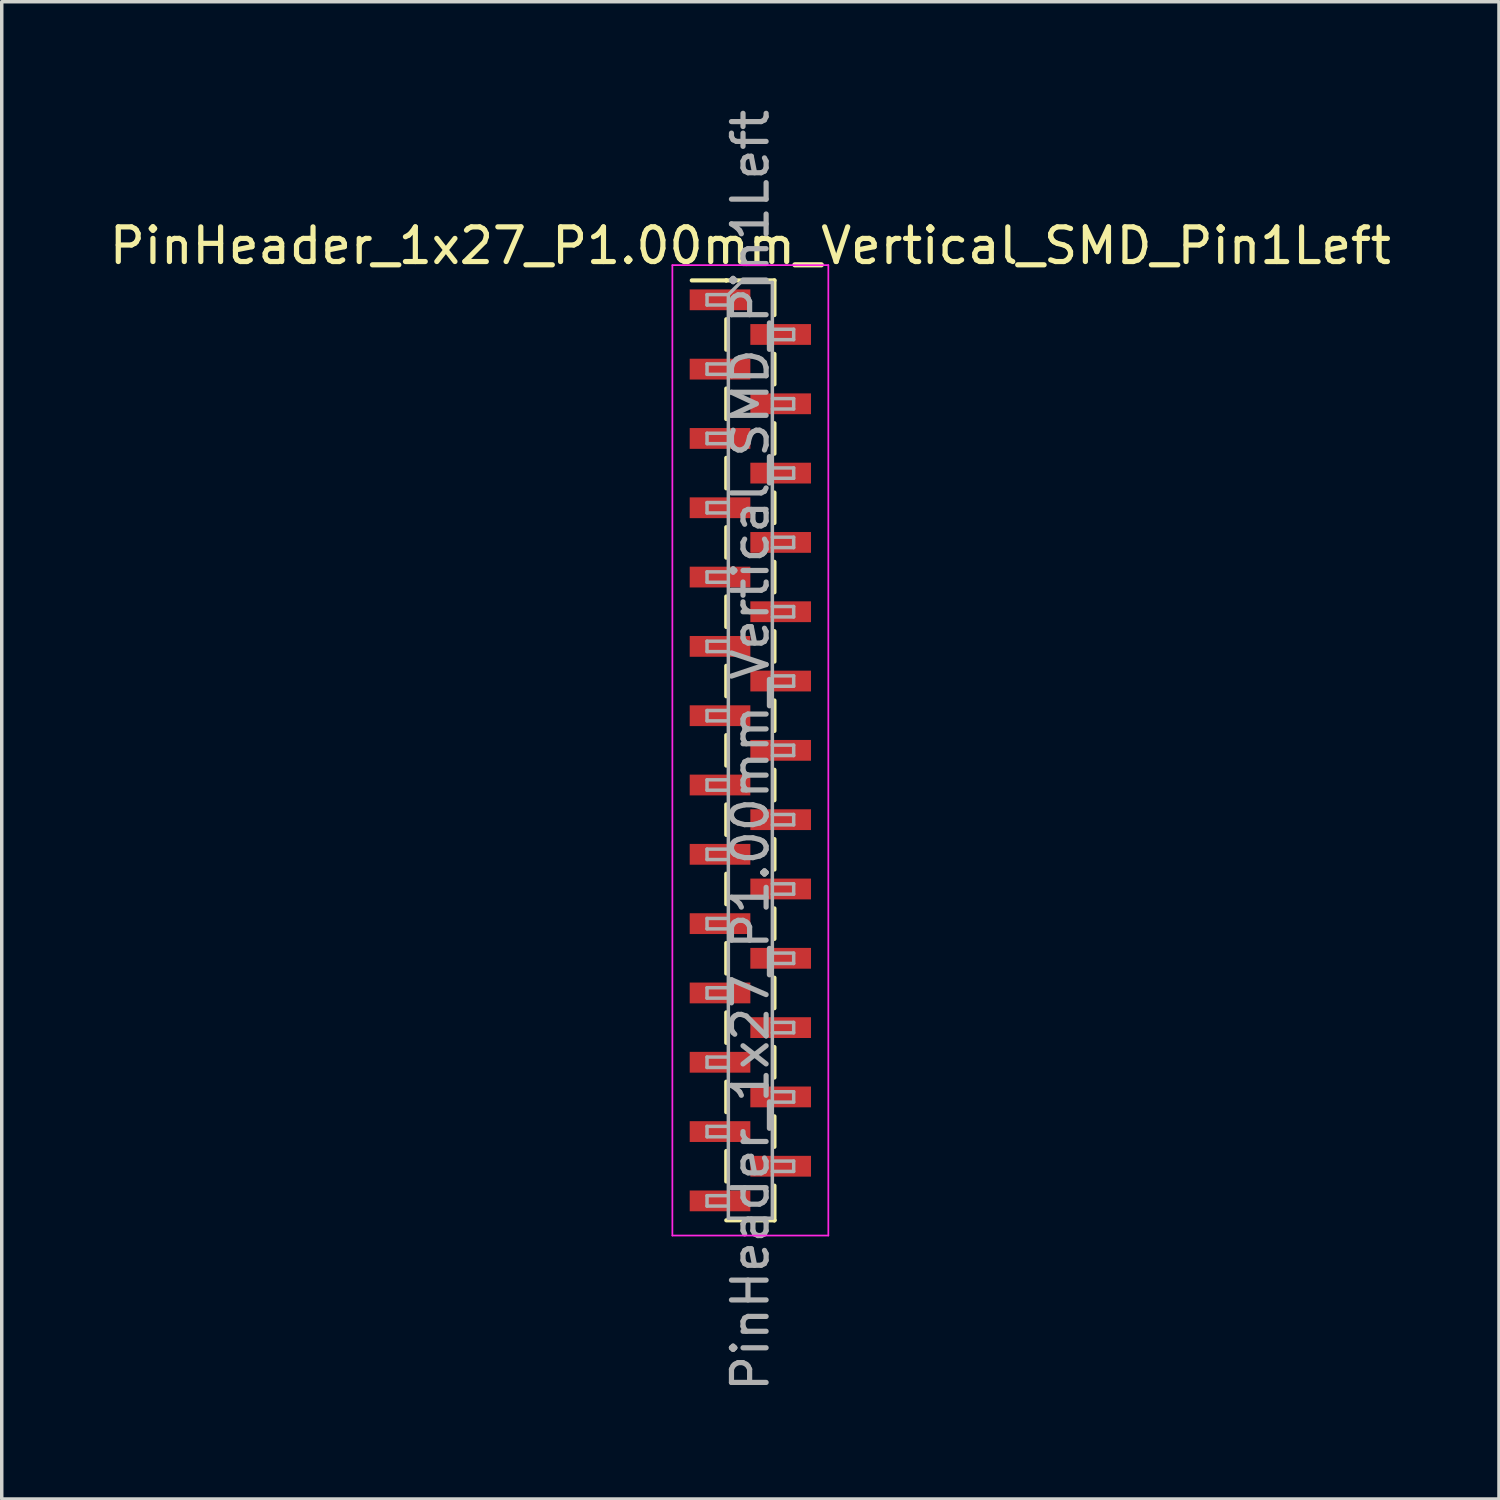
<source format=kicad_pcb>
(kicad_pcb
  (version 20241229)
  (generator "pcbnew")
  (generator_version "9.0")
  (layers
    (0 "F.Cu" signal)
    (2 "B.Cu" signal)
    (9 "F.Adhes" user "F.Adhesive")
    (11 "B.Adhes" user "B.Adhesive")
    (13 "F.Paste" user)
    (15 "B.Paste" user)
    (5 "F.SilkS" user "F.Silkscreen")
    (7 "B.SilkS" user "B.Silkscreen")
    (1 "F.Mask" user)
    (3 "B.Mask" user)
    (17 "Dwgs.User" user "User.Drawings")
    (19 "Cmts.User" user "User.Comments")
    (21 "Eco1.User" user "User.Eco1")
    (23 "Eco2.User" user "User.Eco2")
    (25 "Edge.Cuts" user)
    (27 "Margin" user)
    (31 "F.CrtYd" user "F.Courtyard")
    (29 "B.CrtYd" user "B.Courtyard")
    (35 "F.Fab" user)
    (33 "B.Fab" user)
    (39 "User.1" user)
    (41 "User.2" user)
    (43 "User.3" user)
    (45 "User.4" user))
  (footprint "PinHeader_1x27_P1.00mm_Vertical_SMD_Pin1Left"
    (layer "F.Cu")
    (at 18.601 18.601)
    (property "Reference" "PinHeader_1x27_P1.00mm_Vertical_SMD_Pin1Left" (at 0 -14.56 0) (layer "F.SilkS") (effects (font (size 1 1) (thickness 0.15))))
    (attr smd)
    (fp_line (start -0.695 -13.56) (end -1.69 -13.56) (stroke (width 0.12) (type solid)) (layer "F.SilkS"))
    (fp_line (start -0.695 -13.56) (end -0.695 -13.56) (stroke (width 0.12) (type solid)) (layer "F.SilkS"))
    (fp_line (start -0.695 -13.56) (end 0.695 -13.56) (stroke (width 0.12) (type solid)) (layer "F.SilkS"))
    (fp_line (start -0.695 -12.44) (end -0.695 -11.56) (stroke (width 0.12) (type solid)) (layer "F.SilkS"))
    (fp_line (start -0.695 -10.44) (end -0.695 -9.56) (stroke (width 0.12) (type solid)) (layer "F.SilkS"))
    (fp_line (start -0.695 -8.44) (end -0.695 -7.56) (stroke (width 0.12) (type solid)) (layer "F.SilkS"))
    (fp_line (start -0.695 -6.44) (end -0.695 -5.56) (stroke (width 0.12) (type solid)) (layer "F.SilkS"))
    (fp_line (start -0.695 -4.44) (end -0.695 -3.56) (stroke (width 0.12) (type solid)) (layer "F.SilkS"))
    (fp_line (start -0.695 -2.44) (end -0.695 -1.56) (stroke (width 0.12) (type solid)) (layer "F.SilkS"))
    (fp_line (start -0.695 -0.44) (end -0.695 0.44) (stroke (width 0.12) (type solid)) (layer "F.SilkS"))
    (fp_line (start -0.695 1.56) (end -0.695 2.44) (stroke (width 0.12) (type solid)) (layer "F.SilkS"))
    (fp_line (start -0.695 3.56) (end -0.695 4.44) (stroke (width 0.12) (type solid)) (layer "F.SilkS"))
    (fp_line (start -0.695 5.56) (end -0.695 6.44) (stroke (width 0.12) (type solid)) (layer "F.SilkS"))
    (fp_line (start -0.695 7.56) (end -0.695 8.44) (stroke (width 0.12) (type solid)) (layer "F.SilkS"))
    (fp_line (start -0.695 9.56) (end -0.695 10.44) (stroke (width 0.12) (type solid)) (layer "F.SilkS"))
    (fp_line (start -0.695 11.56) (end -0.695 12.44) (stroke (width 0.12) (type solid)) (layer "F.SilkS"))
    (fp_line (start -0.695 13.56) (end 0.695 13.56) (stroke (width 0.12) (type solid)) (layer "F.SilkS"))
    (fp_line (start 0.695 -13.56) (end 0.695 -12.56) (stroke (width 0.12) (type solid)) (layer "F.SilkS"))
    (fp_line (start 0.695 -11.44) (end 0.695 -10.56) (stroke (width 0.12) (type solid)) (layer "F.SilkS"))
    (fp_line (start 0.695 -9.44) (end 0.695 -8.56) (stroke (width 0.12) (type solid)) (layer "F.SilkS"))
    (fp_line (start 0.695 -7.44) (end 0.695 -6.56) (stroke (width 0.12) (type solid)) (layer "F.SilkS"))
    (fp_line (start 0.695 -5.44) (end 0.695 -4.56) (stroke (width 0.12) (type solid)) (layer "F.SilkS"))
    (fp_line (start 0.695 -3.44) (end 0.695 -2.56) (stroke (width 0.12) (type solid)) (layer "F.SilkS"))
    (fp_line (start 0.695 -1.44) (end 0.695 -0.56) (stroke (width 0.12) (type solid)) (layer "F.SilkS"))
    (fp_line (start 0.695 0.56) (end 0.695 1.44) (stroke (width 0.12) (type solid)) (layer "F.SilkS"))
    (fp_line (start 0.695 2.56) (end 0.695 3.44) (stroke (width 0.12) (type solid)) (layer "F.SilkS"))
    (fp_line (start 0.695 4.56) (end 0.695 5.44) (stroke (width 0.12) (type solid)) (layer "F.SilkS"))
    (fp_line (start 0.695 6.56) (end 0.695 7.44) (stroke (width 0.12) (type solid)) (layer "F.SilkS"))
    (fp_line (start 0.695 8.56) (end 0.695 9.44) (stroke (width 0.12) (type solid)) (layer "F.SilkS"))
    (fp_line (start 0.695 10.56) (end 0.695 11.44) (stroke (width 0.12) (type solid)) (layer "F.SilkS"))
    (fp_line (start 0.695 12.56) (end 0.695 13.56) (stroke (width 0.12) (type solid)) (layer "F.SilkS"))
    (fp_line (start 0.695 13.56) (end 0.695 13.56) (stroke (width 0.12) (type solid)) (layer "F.SilkS"))
    (fp_line (start -2.25 -14) (end -2.25 14) (stroke (width 0.05) (type solid)) (layer "F.CrtYd"))
    (fp_line (start -2.25 14) (end 2.25 14) (stroke (width 0.05) (type solid)) (layer "F.CrtYd"))
    (fp_line (start 2.25 -14) (end -2.25 -14) (stroke (width 0.05) (type solid)) (layer "F.CrtYd"))
    (fp_line (start 2.25 14) (end 2.25 -14) (stroke (width 0.05) (type solid)) (layer "F.CrtYd"))
    (fp_line (start -1.25 -13.15) (end -1.25 -12.85) (stroke (width 0.1) (type solid)) (layer "F.Fab"))
    (fp_line (start -1.25 -12.85) (end -0.635 -12.85) (stroke (width 0.1) (type solid)) (layer "F.Fab"))
    (fp_line (start -1.25 -11.15) (end -1.25 -10.85) (stroke (width 0.1) (type solid)) (layer "F.Fab"))
    (fp_line (start -1.25 -10.85) (end -0.635 -10.85) (stroke (width 0.1) (type solid)) (layer "F.Fab"))
    (fp_line (start -1.25 -9.15) (end -1.25 -8.85) (stroke (width 0.1) (type solid)) (layer "F.Fab"))
    (fp_line (start -1.25 -8.85) (end -0.635 -8.85) (stroke (width 0.1) (type solid)) (layer "F.Fab"))
    (fp_line (start -1.25 -7.15) (end -1.25 -6.85) (stroke (width 0.1) (type solid)) (layer "F.Fab"))
    (fp_line (start -1.25 -6.85) (end -0.635 -6.85) (stroke (width 0.1) (type solid)) (layer "F.Fab"))
    (fp_line (start -1.25 -5.15) (end -1.25 -4.85) (stroke (width 0.1) (type solid)) (layer "F.Fab"))
    (fp_line (start -1.25 -4.85) (end -0.635 -4.85) (stroke (width 0.1) (type solid)) (layer "F.Fab"))
    (fp_line (start -1.25 -3.15) (end -1.25 -2.85) (stroke (width 0.1) (type solid)) (layer "F.Fab"))
    (fp_line (start -1.25 -2.85) (end -0.635 -2.85) (stroke (width 0.1) (type solid)) (layer "F.Fab"))
    (fp_line (start -1.25 -1.15) (end -1.25 -0.85) (stroke (width 0.1) (type solid)) (layer "F.Fab"))
    (fp_line (start -1.25 -0.85) (end -0.635 -0.85) (stroke (width 0.1) (type solid)) (layer "F.Fab"))
    (fp_line (start -1.25 0.85) (end -1.25 1.15) (stroke (width 0.1) (type solid)) (layer "F.Fab"))
    (fp_line (start -1.25 1.15) (end -0.635 1.15) (stroke (width 0.1) (type solid)) (layer "F.Fab"))
    (fp_line (start -1.25 2.85) (end -1.25 3.15) (stroke (width 0.1) (type solid)) (layer "F.Fab"))
    (fp_line (start -1.25 3.15) (end -0.635 3.15) (stroke (width 0.1) (type solid)) (layer "F.Fab"))
    (fp_line (start -1.25 4.85) (end -1.25 5.15) (stroke (width 0.1) (type solid)) (layer "F.Fab"))
    (fp_line (start -1.25 5.15) (end -0.635 5.15) (stroke (width 0.1) (type solid)) (layer "F.Fab"))
    (fp_line (start -1.25 6.85) (end -1.25 7.15) (stroke (width 0.1) (type solid)) (layer "F.Fab"))
    (fp_line (start -1.25 7.15) (end -0.635 7.15) (stroke (width 0.1) (type solid)) (layer "F.Fab"))
    (fp_line (start -1.25 8.85) (end -1.25 9.15) (stroke (width 0.1) (type solid)) (layer "F.Fab"))
    (fp_line (start -1.25 9.15) (end -0.635 9.15) (stroke (width 0.1) (type solid)) (layer "F.Fab"))
    (fp_line (start -1.25 10.85) (end -1.25 11.15) (stroke (width 0.1) (type solid)) (layer "F.Fab"))
    (fp_line (start -1.25 11.15) (end -0.635 11.15) (stroke (width 0.1) (type solid)) (layer "F.Fab"))
    (fp_line (start -1.25 12.85) (end -1.25 13.15) (stroke (width 0.1) (type solid)) (layer "F.Fab"))
    (fp_line (start -1.25 13.15) (end -0.635 13.15) (stroke (width 0.1) (type solid)) (layer "F.Fab"))
    (fp_line (start -0.635 -13.15) (end -1.25 -13.15) (stroke (width 0.1) (type solid)) (layer "F.Fab"))
    (fp_line (start -0.635 -13.15) (end -0.285 -13.5) (stroke (width 0.1) (type solid)) (layer "F.Fab"))
    (fp_line (start -0.635 -11.15) (end -1.25 -11.15) (stroke (width 0.1) (type solid)) (layer "F.Fab"))
    (fp_line (start -0.635 -9.15) (end -1.25 -9.15) (stroke (width 0.1) (type solid)) (layer "F.Fab"))
    (fp_line (start -0.635 -7.15) (end -1.25 -7.15) (stroke (width 0.1) (type solid)) (layer "F.Fab"))
    (fp_line (start -0.635 -5.15) (end -1.25 -5.15) (stroke (width 0.1) (type solid)) (layer "F.Fab"))
    (fp_line (start -0.635 -3.15) (end -1.25 -3.15) (stroke (width 0.1) (type solid)) (layer "F.Fab"))
    (fp_line (start -0.635 -1.15) (end -1.25 -1.15) (stroke (width 0.1) (type solid)) (layer "F.Fab"))
    (fp_line (start -0.635 0.85) (end -1.25 0.85) (stroke (width 0.1) (type solid)) (layer "F.Fab"))
    (fp_line (start -0.635 2.85) (end -1.25 2.85) (stroke (width 0.1) (type solid)) (layer "F.Fab"))
    (fp_line (start -0.635 4.85) (end -1.25 4.85) (stroke (width 0.1) (type solid)) (layer "F.Fab"))
    (fp_line (start -0.635 6.85) (end -1.25 6.85) (stroke (width 0.1) (type solid)) (layer "F.Fab"))
    (fp_line (start -0.635 8.85) (end -1.25 8.85) (stroke (width 0.1) (type solid)) (layer "F.Fab"))
    (fp_line (start -0.635 10.85) (end -1.25 10.85) (stroke (width 0.1) (type solid)) (layer "F.Fab"))
    (fp_line (start -0.635 12.85) (end -1.25 12.85) (stroke (width 0.1) (type solid)) (layer "F.Fab"))
    (fp_line (start -0.635 13.5) (end -0.635 -13.15) (stroke (width 0.1) (type solid)) (layer "F.Fab"))
    (fp_line (start -0.285 -13.5) (end 0.635 -13.5) (stroke (width 0.1) (type solid)) (layer "F.Fab"))
    (fp_line (start 0.635 -13.5) (end 0.635 13.5) (stroke (width 0.1) (type solid)) (layer "F.Fab"))
    (fp_line (start 0.635 -12.15) (end 1.25 -12.15) (stroke (width 0.1) (type solid)) (layer "F.Fab"))
    (fp_line (start 0.635 -10.15) (end 1.25 -10.15) (stroke (width 0.1) (type solid)) (layer "F.Fab"))
    (fp_line (start 0.635 -8.15) (end 1.25 -8.15) (stroke (width 0.1) (type solid)) (layer "F.Fab"))
    (fp_line (start 0.635 -6.15) (end 1.25 -6.15) (stroke (width 0.1) (type solid)) (layer "F.Fab"))
    (fp_line (start 0.635 -4.15) (end 1.25 -4.15) (stroke (width 0.1) (type solid)) (layer "F.Fab"))
    (fp_line (start 0.635 -2.15) (end 1.25 -2.15) (stroke (width 0.1) (type solid)) (layer "F.Fab"))
    (fp_line (start 0.635 -0.15) (end 1.25 -0.15) (stroke (width 0.1) (type solid)) (layer "F.Fab"))
    (fp_line (start 0.635 1.85) (end 1.25 1.85) (stroke (width 0.1) (type solid)) (layer "F.Fab"))
    (fp_line (start 0.635 3.85) (end 1.25 3.85) (stroke (width 0.1) (type solid)) (layer "F.Fab"))
    (fp_line (start 0.635 5.85) (end 1.25 5.85) (stroke (width 0.1) (type solid)) (layer "F.Fab"))
    (fp_line (start 0.635 7.85) (end 1.25 7.85) (stroke (width 0.1) (type solid)) (layer "F.Fab"))
    (fp_line (start 0.635 9.85) (end 1.25 9.85) (stroke (width 0.1) (type solid)) (layer "F.Fab"))
    (fp_line (start 0.635 11.85) (end 1.25 11.85) (stroke (width 0.1) (type solid)) (layer "F.Fab"))
    (fp_line (start 0.635 13.5) (end -0.635 13.5) (stroke (width 0.1) (type solid)) (layer "F.Fab"))
    (fp_line (start 1.25 -12.15) (end 1.25 -11.85) (stroke (width 0.1) (type solid)) (layer "F.Fab"))
    (fp_line (start 1.25 -11.85) (end 0.635 -11.85) (stroke (width 0.1) (type solid)) (layer "F.Fab"))
    (fp_line (start 1.25 -10.15) (end 1.25 -9.85) (stroke (width 0.1) (type solid)) (layer "F.Fab"))
    (fp_line (start 1.25 -9.85) (end 0.635 -9.85) (stroke (width 0.1) (type solid)) (layer "F.Fab"))
    (fp_line (start 1.25 -8.15) (end 1.25 -7.85) (stroke (width 0.1) (type solid)) (layer "F.Fab"))
    (fp_line (start 1.25 -7.85) (end 0.635 -7.85) (stroke (width 0.1) (type solid)) (layer "F.Fab"))
    (fp_line (start 1.25 -6.15) (end 1.25 -5.85) (stroke (width 0.1) (type solid)) (layer "F.Fab"))
    (fp_line (start 1.25 -5.85) (end 0.635 -5.85) (stroke (width 0.1) (type solid)) (layer "F.Fab"))
    (fp_line (start 1.25 -4.15) (end 1.25 -3.85) (stroke (width 0.1) (type solid)) (layer "F.Fab"))
    (fp_line (start 1.25 -3.85) (end 0.635 -3.85) (stroke (width 0.1) (type solid)) (layer "F.Fab"))
    (fp_line (start 1.25 -2.15) (end 1.25 -1.85) (stroke (width 0.1) (type solid)) (layer "F.Fab"))
    (fp_line (start 1.25 -1.85) (end 0.635 -1.85) (stroke (width 0.1) (type solid)) (layer "F.Fab"))
    (fp_line (start 1.25 -0.15) (end 1.25 0.15) (stroke (width 0.1) (type solid)) (layer "F.Fab"))
    (fp_line (start 1.25 0.15) (end 0.635 0.15) (stroke (width 0.1) (type solid)) (layer "F.Fab"))
    (fp_line (start 1.25 1.85) (end 1.25 2.15) (stroke (width 0.1) (type solid)) (layer "F.Fab"))
    (fp_line (start 1.25 2.15) (end 0.635 2.15) (stroke (width 0.1) (type solid)) (layer "F.Fab"))
    (fp_line (start 1.25 3.85) (end 1.25 4.15) (stroke (width 0.1) (type solid)) (layer "F.Fab"))
    (fp_line (start 1.25 4.15) (end 0.635 4.15) (stroke (width 0.1) (type solid)) (layer "F.Fab"))
    (fp_line (start 1.25 5.85) (end 1.25 6.15) (stroke (width 0.1) (type solid)) (layer "F.Fab"))
    (fp_line (start 1.25 6.15) (end 0.635 6.15) (stroke (width 0.1) (type solid)) (layer "F.Fab"))
    (fp_line (start 1.25 7.85) (end 1.25 8.15) (stroke (width 0.1) (type solid)) (layer "F.Fab"))
    (fp_line (start 1.25 8.15) (end 0.635 8.15) (stroke (width 0.1) (type solid)) (layer "F.Fab"))
    (fp_line (start 1.25 9.85) (end 1.25 10.15) (stroke (width 0.1) (type solid)) (layer "F.Fab"))
    (fp_line (start 1.25 10.15) (end 0.635 10.15) (stroke (width 0.1) (type solid)) (layer "F.Fab"))
    (fp_line (start 1.25 11.85) (end 1.25 12.15) (stroke (width 0.1) (type solid)) (layer "F.Fab"))
    (fp_line (start 1.25 12.15) (end 0.635 12.15) (stroke (width 0.1) (type solid)) (layer "F.Fab"))
    (fp_text user "${REFERENCE}" (at 0 0 90) (layer "F.Fab") (effects (font (size 1 1) (thickness 0.15))))
    (pad "1" smd rect (at -0.875 -13) (size 1.75 0.6) (layers "F.Cu" "F.Mask" "F.Paste"))
    (pad "2" smd rect (at 0.875 -12) (size 1.75 0.6) (layers "F.Cu" "F.Mask" "F.Paste"))
    (pad "3" smd rect (at -0.875 -11) (size 1.75 0.6) (layers "F.Cu" "F.Mask" "F.Paste"))
    (pad "4" smd rect (at 0.875 -10) (size 1.75 0.6) (layers "F.Cu" "F.Mask" "F.Paste"))
    (pad "5" smd rect (at -0.875 -9) (size 1.75 0.6) (layers "F.Cu" "F.Mask" "F.Paste"))
    (pad "6" smd rect (at 0.875 -8) (size 1.75 0.6) (layers "F.Cu" "F.Mask" "F.Paste"))
    (pad "7" smd rect (at -0.875 -7) (size 1.75 0.6) (layers "F.Cu" "F.Mask" "F.Paste"))
    (pad "8" smd rect (at 0.875 -6) (size 1.75 0.6) (layers "F.Cu" "F.Mask" "F.Paste"))
    (pad "9" smd rect (at -0.875 -5) (size 1.75 0.6) (layers "F.Cu" "F.Mask" "F.Paste"))
    (pad "10" smd rect (at 0.875 -4) (size 1.75 0.6) (layers "F.Cu" "F.Mask" "F.Paste"))
    (pad "11" smd rect (at -0.875 -3) (size 1.75 0.6) (layers "F.Cu" "F.Mask" "F.Paste"))
    (pad "12" smd rect (at 0.875 -2) (size 1.75 0.6) (layers "F.Cu" "F.Mask" "F.Paste"))
    (pad "13" smd rect (at -0.875 -1) (size 1.75 0.6) (layers "F.Cu" "F.Mask" "F.Paste"))
    (pad "14" smd rect (at 0.875 0) (size 1.75 0.6) (layers "F.Cu" "F.Mask" "F.Paste"))
    (pad "15" smd rect (at -0.875 1) (size 1.75 0.6) (layers "F.Cu" "F.Mask" "F.Paste"))
    (pad "16" smd rect (at 0.875 2) (size 1.75 0.6) (layers "F.Cu" "F.Mask" "F.Paste"))
    (pad "17" smd rect (at -0.875 3) (size 1.75 0.6) (layers "F.Cu" "F.Mask" "F.Paste"))
    (pad "18" smd rect (at 0.875 4) (size 1.75 0.6) (layers "F.Cu" "F.Mask" "F.Paste"))
    (pad "19" smd rect (at -0.875 5) (size 1.75 0.6) (layers "F.Cu" "F.Mask" "F.Paste"))
    (pad "20" smd rect (at 0.875 6) (size 1.75 0.6) (layers "F.Cu" "F.Mask" "F.Paste"))
    (pad "21" smd rect (at -0.875 7) (size 1.75 0.6) (layers "F.Cu" "F.Mask" "F.Paste"))
    (pad "22" smd rect (at 0.875 8) (size 1.75 0.6) (layers "F.Cu" "F.Mask" "F.Paste"))
    (pad "23" smd rect (at -0.875 9) (size 1.75 0.6) (layers "F.Cu" "F.Mask" "F.Paste"))
    (pad "24" smd rect (at 0.875 10) (size 1.75 0.6) (layers "F.Cu" "F.Mask" "F.Paste"))
    (pad "25" smd rect (at -0.875 11) (size 1.75 0.6) (layers "F.Cu" "F.Mask" "F.Paste"))
    (pad "26" smd rect (at 0.875 12) (size 1.75 0.6) (layers "F.Cu" "F.Mask" "F.Paste"))
    (pad "27" smd rect (at -0.875 13) (size 1.75 0.6) (layers "F.Cu" "F.Mask" "F.Paste")))
  (gr_rect
    (start -3 -3)
    (end 40.202 40.202)
    (stroke (width 0.1) (type default))
    (fill no)
    (layer "Edge.Cuts")))
</source>
